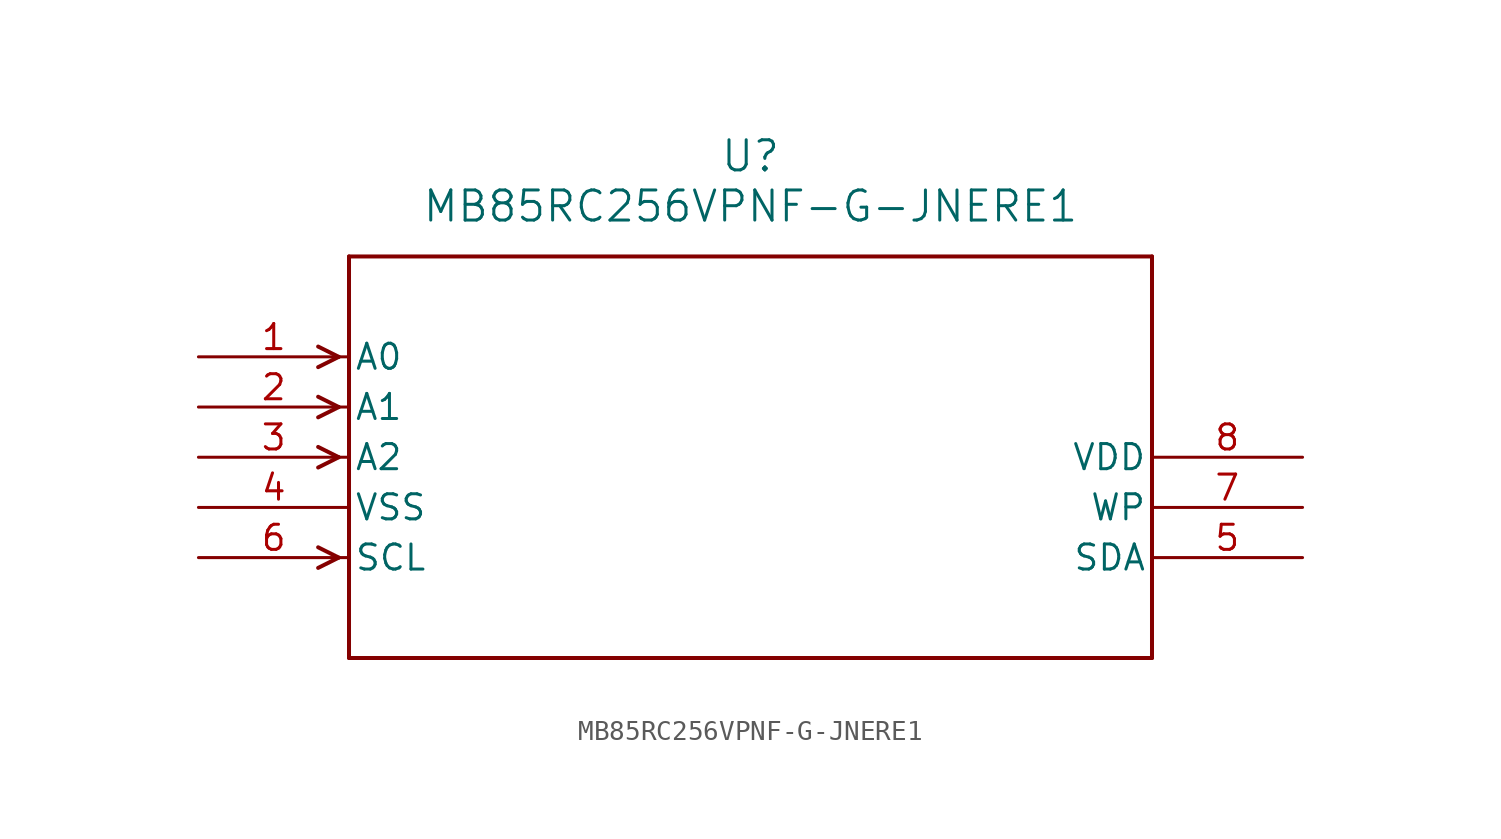
<source format=kicad_sym>
(kicad_symbol_lib
  (version 20241209)
  (generator "kicad_symbol_editor")
  (generator_version "9.0")
  (symbol "MB85RC256VPNF-G-JNERE1"
    (pin_names
      (offset 0.254))
    (property "Reference" "U"
      (at 27.94 10.16 0)
      (effects (font (size 1.524 1.524))))
    (property "Value" "MB85RC256VPNF-G-JNERE1"
      (at 27.94 7.62 0)
      (effects (font (size 1.524 1.524))))
    (symbol "MB85RC256VPNF-G-JNERE1_0_1"
      (polyline (pts (xy 7.099 0) (xy 6.058 0.521)) (stroke (width 0.203) (type default)) (fill (type none)))
      (polyline (pts (xy 7.099 0) (xy 6.058 -0.521)) (stroke (width 0.203) (type default)) (fill (type none)))
      (polyline (pts (xy 7.099 -2.54) (xy 6.058 -2.019)) (stroke (width 0.203) (type default)) (fill (type none)))
      (polyline (pts (xy 7.099 -2.54) (xy 6.058 -3.061)) (stroke (width 0.203) (type default)) (fill (type none)))
      (polyline (pts (xy 7.099 -5.08) (xy 6.058 -4.559)) (stroke (width 0.203) (type default)) (fill (type none)))
      (polyline (pts (xy 7.099 -5.08) (xy 6.058 -5.601)) (stroke (width 0.203) (type default)) (fill (type none)))
      (polyline (pts (xy 7.099 -10.16) (xy 6.058 -9.639)) (stroke (width 0.203) (type default)) (fill (type none)))
      (polyline (pts (xy 7.099 -10.16) (xy 6.058 -10.681)) (stroke (width 0.203) (type default)) (fill (type none)))
      (polyline (pts (xy 7.62 5.08) (xy 7.62 -15.24)) (stroke (width 0.203) (type default)) (fill (type none)))
      (polyline (pts (xy 7.62 -15.24) (xy 48.26 -15.24)) (stroke (width 0.203) (type default)) (fill (type none)))
      (polyline (pts (xy 48.26 5.08) (xy 7.62 5.08)) (stroke (width 0.203) (type default)) (fill (type none)))
      (polyline (pts (xy 48.26 -15.24) (xy 48.26 5.08)) (stroke (width 0.203) (type default)) (fill (type none)))
      (pin input line (at 0 0 0) (length 7.62) (name "A0" (effects (font (size 1.27 1.27)))) (number "1" (effects (font (size 1.27 1.27)))))
      (pin input line (at 0 -2.54 0) (length 7.62) (name "A1" (effects (font (size 1.27 1.27)))) (number "2" (effects (font (size 1.27 1.27)))))
      (pin input line (at 0 -5.08 0) (length 7.62) (name "A2" (effects (font (size 1.27 1.27)))) (number "3" (effects (font (size 1.27 1.27)))))
      (pin power_in line (at 0 -7.62 0) (length 7.62) (name "VSS" (effects (font (size 1.27 1.27)))) (number "4" (effects (font (size 1.27 1.27)))))
      (pin input line (at 0 -10.16 0) (length 7.62) (name "SCL" (effects (font (size 1.27 1.27)))) (number "6" (effects (font (size 1.27 1.27)))))
      (pin power_in line (at 55.88 -5.08 180) (length 7.62) (name "VDD" (effects (font (size 1.27 1.27)))) (number "8" (effects (font (size 1.27 1.27)))))
      (pin unspecified line (at 55.88 -7.62 180) (length 7.62) (name "WP" (effects (font (size 1.27 1.27)))) (number "7" (effects (font (size 1.27 1.27)))))
      (pin unspecified line (at 55.88 -10.16 180) (length 7.62) (name "SDA" (effects (font (size 1.27 1.27)))) (number "5" (effects (font (size 1.27 1.27))))))))
</source>
